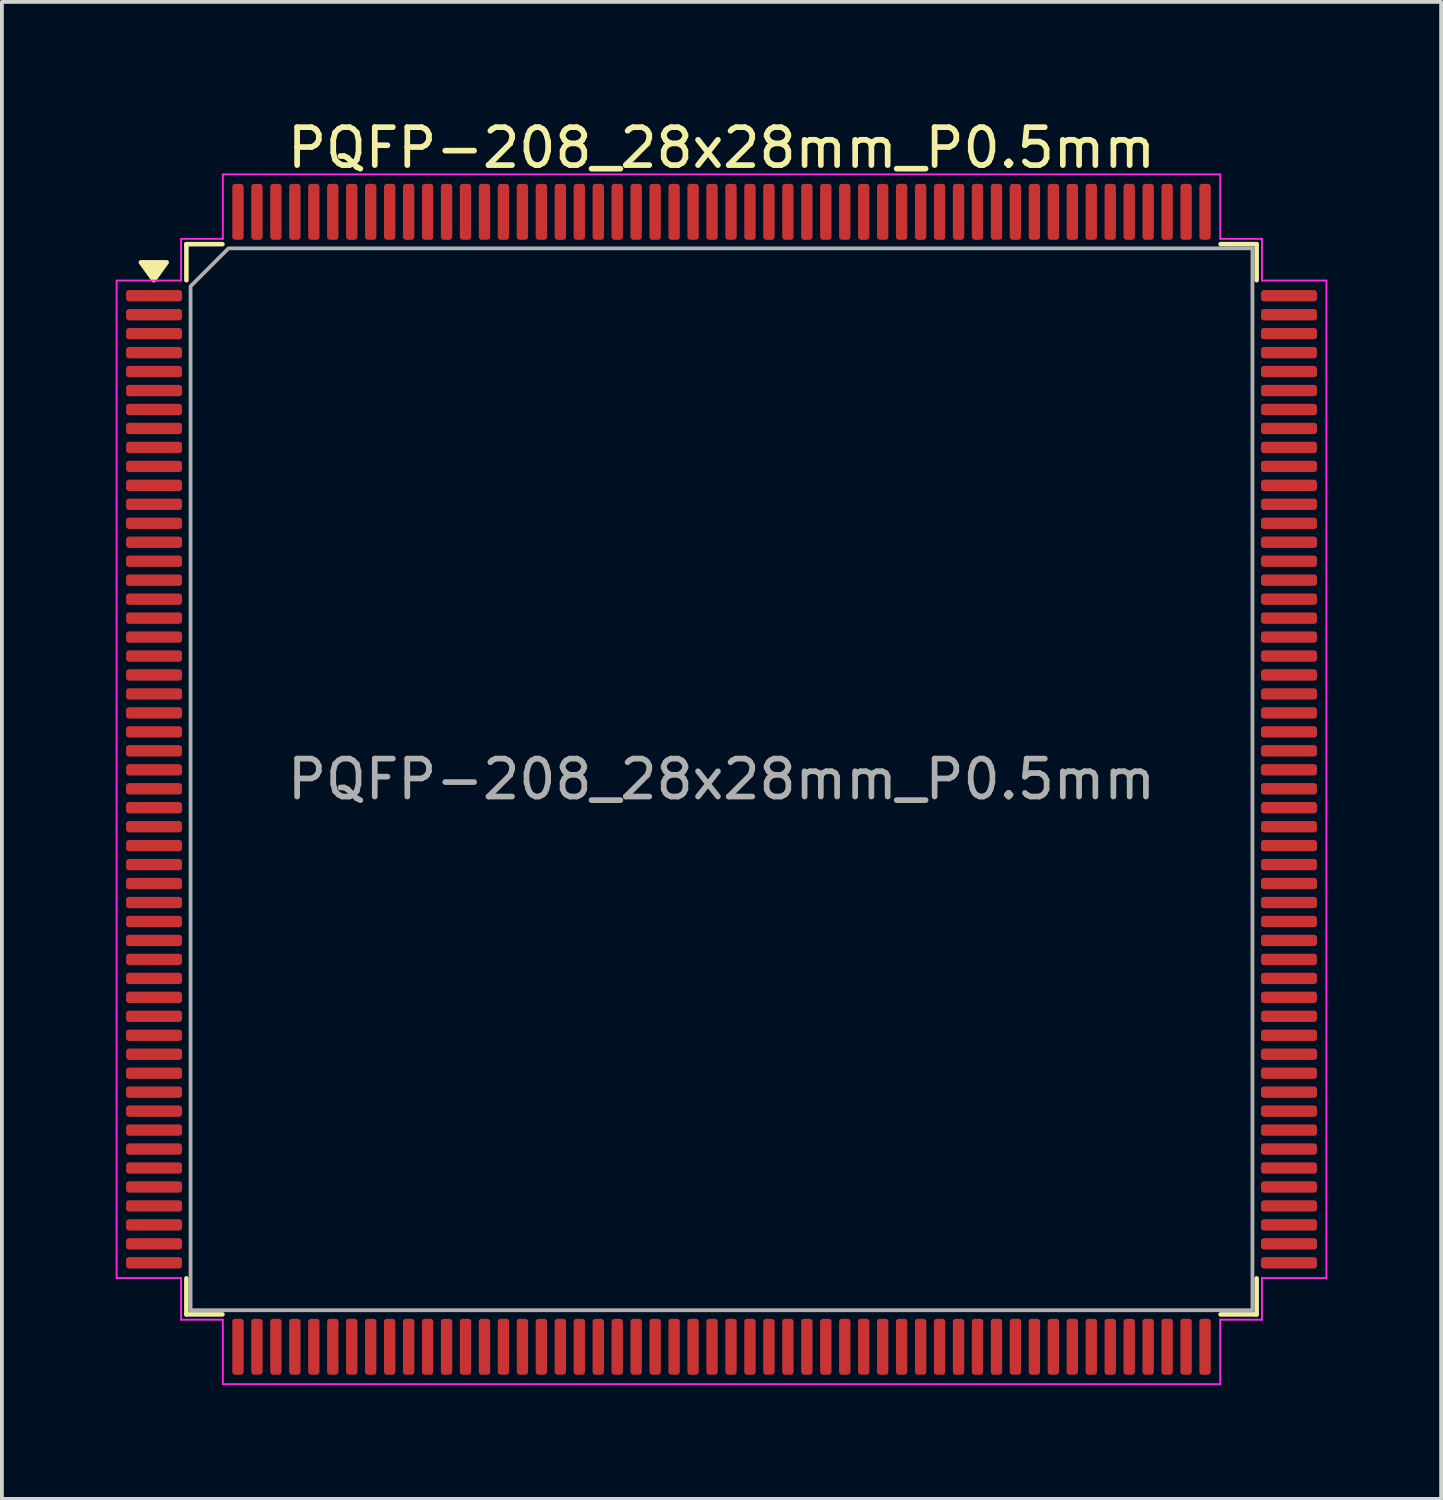
<source format=kicad_pcb>
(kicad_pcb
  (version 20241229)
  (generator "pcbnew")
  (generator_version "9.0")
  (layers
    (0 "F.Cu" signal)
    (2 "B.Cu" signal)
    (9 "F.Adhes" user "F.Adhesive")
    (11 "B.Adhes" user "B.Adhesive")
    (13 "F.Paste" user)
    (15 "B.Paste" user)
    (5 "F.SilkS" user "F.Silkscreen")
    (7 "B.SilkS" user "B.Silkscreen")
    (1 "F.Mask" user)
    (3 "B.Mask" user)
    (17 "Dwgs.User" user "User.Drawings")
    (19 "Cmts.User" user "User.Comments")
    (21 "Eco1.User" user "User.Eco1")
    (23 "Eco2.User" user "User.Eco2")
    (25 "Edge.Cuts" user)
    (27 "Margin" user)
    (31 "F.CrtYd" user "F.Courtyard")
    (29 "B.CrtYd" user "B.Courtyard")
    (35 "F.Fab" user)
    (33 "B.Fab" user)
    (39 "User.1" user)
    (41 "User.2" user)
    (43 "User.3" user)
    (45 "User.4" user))
  (footprint "PQFP-208_28x28mm_P0.5mm"
    (layer "F.Cu")
    (at 15.975 17.498)
    (property "Reference" "PQFP-208_28x28mm_P0.5mm" (at 0 -16.65 0) (layer "F.SilkS") (effects (font (size 1 1) (thickness 0.15))))
    (attr smd)
    (fp_line (start -14.11 -14.11) (end -13.16 -14.11) (stroke (width 0.12) (type solid)) (layer "F.SilkS"))
    (fp_line (start -14.11 -13.16) (end -14.11 -14.11) (stroke (width 0.12) (type solid)) (layer "F.SilkS"))
    (fp_line (start -14.11 14.11) (end -14.11 13.16) (stroke (width 0.12) (type solid)) (layer "F.SilkS"))
    (fp_line (start -13.16 14.11) (end -14.11 14.11) (stroke (width 0.12) (type solid)) (layer "F.SilkS"))
    (fp_line (start 13.16 -14.11) (end 14.11 -14.11) (stroke (width 0.12) (type solid)) (layer "F.SilkS"))
    (fp_line (start 14.11 -14.11) (end 14.11 -13.16) (stroke (width 0.12) (type solid)) (layer "F.SilkS"))
    (fp_line (start 14.11 13.16) (end 14.11 14.11) (stroke (width 0.12) (type solid)) (layer "F.SilkS"))
    (fp_line (start 14.11 14.11) (end 13.16 14.11) (stroke (width 0.12) (type solid)) (layer "F.SilkS"))
    (fp_poly (pts (xy -14.97 -13.16) (xy -15.31 -13.63) (xy -14.63 -13.63)) (stroke (width 0.12) (type solid)) (fill yes) (layer "F.SilkS"))
    (fp_line (start -15.95 -13.15) (end -14.25 -13.15) (stroke (width 0.05) (type solid)) (layer "F.CrtYd"))
    (fp_line (start -15.95 13.15) (end -15.95 -13.15) (stroke (width 0.05) (type solid)) (layer "F.CrtYd"))
    (fp_line (start -14.25 -14.25) (end -13.15 -14.25) (stroke (width 0.05) (type solid)) (layer "F.CrtYd"))
    (fp_line (start -14.25 -13.15) (end -14.25 -14.25) (stroke (width 0.05) (type solid)) (layer "F.CrtYd"))
    (fp_line (start -14.25 13.15) (end -15.95 13.15) (stroke (width 0.05) (type solid)) (layer "F.CrtYd"))
    (fp_line (start -14.25 14.25) (end -14.25 13.15) (stroke (width 0.05) (type solid)) (layer "F.CrtYd"))
    (fp_line (start -13.15 -15.95) (end 13.15 -15.95) (stroke (width 0.05) (type solid)) (layer "F.CrtYd"))
    (fp_line (start -13.15 -14.25) (end -13.15 -15.95) (stroke (width 0.05) (type solid)) (layer "F.CrtYd"))
    (fp_line (start -13.15 14.25) (end -14.25 14.25) (stroke (width 0.05) (type solid)) (layer "F.CrtYd"))
    (fp_line (start -13.15 15.95) (end -13.15 14.25) (stroke (width 0.05) (type solid)) (layer "F.CrtYd"))
    (fp_line (start 13.15 -15.95) (end 13.15 -14.25) (stroke (width 0.05) (type solid)) (layer "F.CrtYd"))
    (fp_line (start 13.15 -14.25) (end 14.25 -14.25) (stroke (width 0.05) (type solid)) (layer "F.CrtYd"))
    (fp_line (start 13.15 14.25) (end 13.15 15.95) (stroke (width 0.05) (type solid)) (layer "F.CrtYd"))
    (fp_line (start 13.15 15.95) (end -13.15 15.95) (stroke (width 0.05) (type solid)) (layer "F.CrtYd"))
    (fp_line (start 14.25 -14.25) (end 14.25 -13.15) (stroke (width 0.05) (type solid)) (layer "F.CrtYd"))
    (fp_line (start 14.25 -13.15) (end 15.95 -13.15) (stroke (width 0.05) (type solid)) (layer "F.CrtYd"))
    (fp_line (start 14.25 13.15) (end 14.25 14.25) (stroke (width 0.05) (type solid)) (layer "F.CrtYd"))
    (fp_line (start 14.25 14.25) (end 13.15 14.25) (stroke (width 0.05) (type solid)) (layer "F.CrtYd"))
    (fp_line (start 15.95 -13.15) (end 15.95 13.15) (stroke (width 0.05) (type solid)) (layer "F.CrtYd"))
    (fp_line (start 15.95 13.15) (end 14.25 13.15) (stroke (width 0.05) (type solid)) (layer "F.CrtYd"))
    (fp_poly (pts (xy -14 -13) (xy -14 14) (xy 14 14) (xy 14 -14) (xy -13 -14)) (stroke (width 0.1) (type solid)) (fill no) (layer "F.Fab"))
    (fp_text user "${REFERENCE}" (at 0 0 0) (layer "F.Fab") (effects (font (size 1 1) (thickness 0.15))))
    (pad "1" smd roundrect (at -14.963 -12.75) (size 1.475 0.3) (layers "F.Cu" "F.Mask" "F.Paste") (roundrect_rratio 0.25))
    (pad "2" smd roundrect (at -14.963 -12.25) (size 1.475 0.3) (layers "F.Cu" "F.Mask" "F.Paste") (roundrect_rratio 0.25))
    (pad "3" smd roundrect (at -14.963 -11.75) (size 1.475 0.3) (layers "F.Cu" "F.Mask" "F.Paste") (roundrect_rratio 0.25))
    (pad "4" smd roundrect (at -14.963 -11.25) (size 1.475 0.3) (layers "F.Cu" "F.Mask" "F.Paste") (roundrect_rratio 0.25))
    (pad "5" smd roundrect (at -14.963 -10.75) (size 1.475 0.3) (layers "F.Cu" "F.Mask" "F.Paste") (roundrect_rratio 0.25))
    (pad "6" smd roundrect (at -14.963 -10.25) (size 1.475 0.3) (layers "F.Cu" "F.Mask" "F.Paste") (roundrect_rratio 0.25))
    (pad "7" smd roundrect (at -14.963 -9.75) (size 1.475 0.3) (layers "F.Cu" "F.Mask" "F.Paste") (roundrect_rratio 0.25))
    (pad "8" smd roundrect (at -14.963 -9.25) (size 1.475 0.3) (layers "F.Cu" "F.Mask" "F.Paste") (roundrect_rratio 0.25))
    (pad "9" smd roundrect (at -14.963 -8.75) (size 1.475 0.3) (layers "F.Cu" "F.Mask" "F.Paste") (roundrect_rratio 0.25))
    (pad "10" smd roundrect (at -14.963 -8.25) (size 1.475 0.3) (layers "F.Cu" "F.Mask" "F.Paste") (roundrect_rratio 0.25))
    (pad "11" smd roundrect (at -14.963 -7.75) (size 1.475 0.3) (layers "F.Cu" "F.Mask" "F.Paste") (roundrect_rratio 0.25))
    (pad "12" smd roundrect (at -14.963 -7.25) (size 1.475 0.3) (layers "F.Cu" "F.Mask" "F.Paste") (roundrect_rratio 0.25))
    (pad "13" smd roundrect (at -14.963 -6.75) (size 1.475 0.3) (layers "F.Cu" "F.Mask" "F.Paste") (roundrect_rratio 0.25))
    (pad "14" smd roundrect (at -14.963 -6.25) (size 1.475 0.3) (layers "F.Cu" "F.Mask" "F.Paste") (roundrect_rratio 0.25))
    (pad "15" smd roundrect (at -14.963 -5.75) (size 1.475 0.3) (layers "F.Cu" "F.Mask" "F.Paste") (roundrect_rratio 0.25))
    (pad "16" smd roundrect (at -14.963 -5.25) (size 1.475 0.3) (layers "F.Cu" "F.Mask" "F.Paste") (roundrect_rratio 0.25))
    (pad "17" smd roundrect (at -14.963 -4.75) (size 1.475 0.3) (layers "F.Cu" "F.Mask" "F.Paste") (roundrect_rratio 0.25))
    (pad "18" smd roundrect (at -14.963 -4.25) (size 1.475 0.3) (layers "F.Cu" "F.Mask" "F.Paste") (roundrect_rratio 0.25))
    (pad "19" smd roundrect (at -14.963 -3.75) (size 1.475 0.3) (layers "F.Cu" "F.Mask" "F.Paste") (roundrect_rratio 0.25))
    (pad "20" smd roundrect (at -14.963 -3.25) (size 1.475 0.3) (layers "F.Cu" "F.Mask" "F.Paste") (roundrect_rratio 0.25))
    (pad "21" smd roundrect (at -14.963 -2.75) (size 1.475 0.3) (layers "F.Cu" "F.Mask" "F.Paste") (roundrect_rratio 0.25))
    (pad "22" smd roundrect (at -14.963 -2.25) (size 1.475 0.3) (layers "F.Cu" "F.Mask" "F.Paste") (roundrect_rratio 0.25))
    (pad "23" smd roundrect (at -14.963 -1.75) (size 1.475 0.3) (layers "F.Cu" "F.Mask" "F.Paste") (roundrect_rratio 0.25))
    (pad "24" smd roundrect (at -14.963 -1.25) (size 1.475 0.3) (layers "F.Cu" "F.Mask" "F.Paste") (roundrect_rratio 0.25))
    (pad "25" smd roundrect (at -14.963 -0.75) (size 1.475 0.3) (layers "F.Cu" "F.Mask" "F.Paste") (roundrect_rratio 0.25))
    (pad "26" smd roundrect (at -14.963 -0.25) (size 1.475 0.3) (layers "F.Cu" "F.Mask" "F.Paste") (roundrect_rratio 0.25))
    (pad "27" smd roundrect (at -14.963 0.25) (size 1.475 0.3) (layers "F.Cu" "F.Mask" "F.Paste") (roundrect_rratio 0.25))
    (pad "28" smd roundrect (at -14.963 0.75) (size 1.475 0.3) (layers "F.Cu" "F.Mask" "F.Paste") (roundrect_rratio 0.25))
    (pad "29" smd roundrect (at -14.963 1.25) (size 1.475 0.3) (layers "F.Cu" "F.Mask" "F.Paste") (roundrect_rratio 0.25))
    (pad "30" smd roundrect (at -14.963 1.75) (size 1.475 0.3) (layers "F.Cu" "F.Mask" "F.Paste") (roundrect_rratio 0.25))
    (pad "31" smd roundrect (at -14.963 2.25) (size 1.475 0.3) (layers "F.Cu" "F.Mask" "F.Paste") (roundrect_rratio 0.25))
    (pad "32" smd roundrect (at -14.963 2.75) (size 1.475 0.3) (layers "F.Cu" "F.Mask" "F.Paste") (roundrect_rratio 0.25))
    (pad "33" smd roundrect (at -14.963 3.25) (size 1.475 0.3) (layers "F.Cu" "F.Mask" "F.Paste") (roundrect_rratio 0.25))
    (pad "34" smd roundrect (at -14.963 3.75) (size 1.475 0.3) (layers "F.Cu" "F.Mask" "F.Paste") (roundrect_rratio 0.25))
    (pad "35" smd roundrect (at -14.963 4.25) (size 1.475 0.3) (layers "F.Cu" "F.Mask" "F.Paste") (roundrect_rratio 0.25))
    (pad "36" smd roundrect (at -14.963 4.75) (size 1.475 0.3) (layers "F.Cu" "F.Mask" "F.Paste") (roundrect_rratio 0.25))
    (pad "37" smd roundrect (at -14.963 5.25) (size 1.475 0.3) (layers "F.Cu" "F.Mask" "F.Paste") (roundrect_rratio 0.25))
    (pad "38" smd roundrect (at -14.963 5.75) (size 1.475 0.3) (layers "F.Cu" "F.Mask" "F.Paste") (roundrect_rratio 0.25))
    (pad "39" smd roundrect (at -14.963 6.25) (size 1.475 0.3) (layers "F.Cu" "F.Mask" "F.Paste") (roundrect_rratio 0.25))
    (pad "40" smd roundrect (at -14.963 6.75) (size 1.475 0.3) (layers "F.Cu" "F.Mask" "F.Paste") (roundrect_rratio 0.25))
    (pad "41" smd roundrect (at -14.963 7.25) (size 1.475 0.3) (layers "F.Cu" "F.Mask" "F.Paste") (roundrect_rratio 0.25))
    (pad "42" smd roundrect (at -14.963 7.75) (size 1.475 0.3) (layers "F.Cu" "F.Mask" "F.Paste") (roundrect_rratio 0.25))
    (pad "43" smd roundrect (at -14.963 8.25) (size 1.475 0.3) (layers "F.Cu" "F.Mask" "F.Paste") (roundrect_rratio 0.25))
    (pad "44" smd roundrect (at -14.963 8.75) (size 1.475 0.3) (layers "F.Cu" "F.Mask" "F.Paste") (roundrect_rratio 0.25))
    (pad "45" smd roundrect (at -14.963 9.25) (size 1.475 0.3) (layers "F.Cu" "F.Mask" "F.Paste") (roundrect_rratio 0.25))
    (pad "46" smd roundrect (at -14.963 9.75) (size 1.475 0.3) (layers "F.Cu" "F.Mask" "F.Paste") (roundrect_rratio 0.25))
    (pad "47" smd roundrect (at -14.963 10.25) (size 1.475 0.3) (layers "F.Cu" "F.Mask" "F.Paste") (roundrect_rratio 0.25))
    (pad "48" smd roundrect (at -14.963 10.75) (size 1.475 0.3) (layers "F.Cu" "F.Mask" "F.Paste") (roundrect_rratio 0.25))
    (pad "49" smd roundrect (at -14.963 11.25) (size 1.475 0.3) (layers "F.Cu" "F.Mask" "F.Paste") (roundrect_rratio 0.25))
    (pad "50" smd roundrect (at -14.963 11.75) (size 1.475 0.3) (layers "F.Cu" "F.Mask" "F.Paste") (roundrect_rratio 0.25))
    (pad "51" smd roundrect (at -14.963 12.25) (size 1.475 0.3) (layers "F.Cu" "F.Mask" "F.Paste") (roundrect_rratio 0.25))
    (pad "52" smd roundrect (at -14.963 12.75) (size 1.475 0.3) (layers "F.Cu" "F.Mask" "F.Paste") (roundrect_rratio 0.25))
    (pad "53" smd roundrect (at -12.75 14.963) (size 0.3 1.475) (layers "F.Cu" "F.Mask" "F.Paste") (roundrect_rratio 0.25))
    (pad "54" smd roundrect (at -12.25 14.963) (size 0.3 1.475) (layers "F.Cu" "F.Mask" "F.Paste") (roundrect_rratio 0.25))
    (pad "55" smd roundrect (at -11.75 14.963) (size 0.3 1.475) (layers "F.Cu" "F.Mask" "F.Paste") (roundrect_rratio 0.25))
    (pad "56" smd roundrect (at -11.25 14.963) (size 0.3 1.475) (layers "F.Cu" "F.Mask" "F.Paste") (roundrect_rratio 0.25))
    (pad "57" smd roundrect (at -10.75 14.963) (size 0.3 1.475) (layers "F.Cu" "F.Mask" "F.Paste") (roundrect_rratio 0.25))
    (pad "58" smd roundrect (at -10.25 14.963) (size 0.3 1.475) (layers "F.Cu" "F.Mask" "F.Paste") (roundrect_rratio 0.25))
    (pad "59" smd roundrect (at -9.75 14.963) (size 0.3 1.475) (layers "F.Cu" "F.Mask" "F.Paste") (roundrect_rratio 0.25))
    (pad "60" smd roundrect (at -9.25 14.963) (size 0.3 1.475) (layers "F.Cu" "F.Mask" "F.Paste") (roundrect_rratio 0.25))
    (pad "61" smd roundrect (at -8.75 14.963) (size 0.3 1.475) (layers "F.Cu" "F.Mask" "F.Paste") (roundrect_rratio 0.25))
    (pad "62" smd roundrect (at -8.25 14.963) (size 0.3 1.475) (layers "F.Cu" "F.Mask" "F.Paste") (roundrect_rratio 0.25))
    (pad "63" smd roundrect (at -7.75 14.963) (size 0.3 1.475) (layers "F.Cu" "F.Mask" "F.Paste") (roundrect_rratio 0.25))
    (pad "64" smd roundrect (at -7.25 14.963) (size 0.3 1.475) (layers "F.Cu" "F.Mask" "F.Paste") (roundrect_rratio 0.25))
    (pad "65" smd roundrect (at -6.75 14.963) (size 0.3 1.475) (layers "F.Cu" "F.Mask" "F.Paste") (roundrect_rratio 0.25))
    (pad "66" smd roundrect (at -6.25 14.963) (size 0.3 1.475) (layers "F.Cu" "F.Mask" "F.Paste") (roundrect_rratio 0.25))
    (pad "67" smd roundrect (at -5.75 14.963) (size 0.3 1.475) (layers "F.Cu" "F.Mask" "F.Paste") (roundrect_rratio 0.25))
    (pad "68" smd roundrect (at -5.25 14.963) (size 0.3 1.475) (layers "F.Cu" "F.Mask" "F.Paste") (roundrect_rratio 0.25))
    (pad "69" smd roundrect (at -4.75 14.963) (size 0.3 1.475) (layers "F.Cu" "F.Mask" "F.Paste") (roundrect_rratio 0.25))
    (pad "70" smd roundrect (at -4.25 14.963) (size 0.3 1.475) (layers "F.Cu" "F.Mask" "F.Paste") (roundrect_rratio 0.25))
    (pad "71" smd roundrect (at -3.75 14.963) (size 0.3 1.475) (layers "F.Cu" "F.Mask" "F.Paste") (roundrect_rratio 0.25))
    (pad "72" smd roundrect (at -3.25 14.963) (size 0.3 1.475) (layers "F.Cu" "F.Mask" "F.Paste") (roundrect_rratio 0.25))
    (pad "73" smd roundrect (at -2.75 14.963) (size 0.3 1.475) (layers "F.Cu" "F.Mask" "F.Paste") (roundrect_rratio 0.25))
    (pad "74" smd roundrect (at -2.25 14.963) (size 0.3 1.475) (layers "F.Cu" "F.Mask" "F.Paste") (roundrect_rratio 0.25))
    (pad "75" smd roundrect (at -1.75 14.963) (size 0.3 1.475) (layers "F.Cu" "F.Mask" "F.Paste") (roundrect_rratio 0.25))
    (pad "76" smd roundrect (at -1.25 14.963) (size 0.3 1.475) (layers "F.Cu" "F.Mask" "F.Paste") (roundrect_rratio 0.25))
    (pad "77" smd roundrect (at -0.75 14.963) (size 0.3 1.475) (layers "F.Cu" "F.Mask" "F.Paste") (roundrect_rratio 0.25))
    (pad "78" smd roundrect (at -0.25 14.963) (size 0.3 1.475) (layers "F.Cu" "F.Mask" "F.Paste") (roundrect_rratio 0.25))
    (pad "79" smd roundrect (at 0.25 14.963) (size 0.3 1.475) (layers "F.Cu" "F.Mask" "F.Paste") (roundrect_rratio 0.25))
    (pad "80" smd roundrect (at 0.75 14.963) (size 0.3 1.475) (layers "F.Cu" "F.Mask" "F.Paste") (roundrect_rratio 0.25))
    (pad "81" smd roundrect (at 1.25 14.963) (size 0.3 1.475) (layers "F.Cu" "F.Mask" "F.Paste") (roundrect_rratio 0.25))
    (pad "82" smd roundrect (at 1.75 14.963) (size 0.3 1.475) (layers "F.Cu" "F.Mask" "F.Paste") (roundrect_rratio 0.25))
    (pad "83" smd roundrect (at 2.25 14.963) (size 0.3 1.475) (layers "F.Cu" "F.Mask" "F.Paste") (roundrect_rratio 0.25))
    (pad "84" smd roundrect (at 2.75 14.963) (size 0.3 1.475) (layers "F.Cu" "F.Mask" "F.Paste") (roundrect_rratio 0.25))
    (pad "85" smd roundrect (at 3.25 14.963) (size 0.3 1.475) (layers "F.Cu" "F.Mask" "F.Paste") (roundrect_rratio 0.25))
    (pad "86" smd roundrect (at 3.75 14.963) (size 0.3 1.475) (layers "F.Cu" "F.Mask" "F.Paste") (roundrect_rratio 0.25))
    (pad "87" smd roundrect (at 4.25 14.963) (size 0.3 1.475) (layers "F.Cu" "F.Mask" "F.Paste") (roundrect_rratio 0.25))
    (pad "88" smd roundrect (at 4.75 14.963) (size 0.3 1.475) (layers "F.Cu" "F.Mask" "F.Paste") (roundrect_rratio 0.25))
    (pad "89" smd roundrect (at 5.25 14.963) (size 0.3 1.475) (layers "F.Cu" "F.Mask" "F.Paste") (roundrect_rratio 0.25))
    (pad "90" smd roundrect (at 5.75 14.963) (size 0.3 1.475) (layers "F.Cu" "F.Mask" "F.Paste") (roundrect_rratio 0.25))
    (pad "91" smd roundrect (at 6.25 14.963) (size 0.3 1.475) (layers "F.Cu" "F.Mask" "F.Paste") (roundrect_rratio 0.25))
    (pad "92" smd roundrect (at 6.75 14.963) (size 0.3 1.475) (layers "F.Cu" "F.Mask" "F.Paste") (roundrect_rratio 0.25))
    (pad "93" smd roundrect (at 7.25 14.963) (size 0.3 1.475) (layers "F.Cu" "F.Mask" "F.Paste") (roundrect_rratio 0.25))
    (pad "94" smd roundrect (at 7.75 14.963) (size 0.3 1.475) (layers "F.Cu" "F.Mask" "F.Paste") (roundrect_rratio 0.25))
    (pad "95" smd roundrect (at 8.25 14.963) (size 0.3 1.475) (layers "F.Cu" "F.Mask" "F.Paste") (roundrect_rratio 0.25))
    (pad "96" smd roundrect (at 8.75 14.963) (size 0.3 1.475) (layers "F.Cu" "F.Mask" "F.Paste") (roundrect_rratio 0.25))
    (pad "97" smd roundrect (at 9.25 14.963) (size 0.3 1.475) (layers "F.Cu" "F.Mask" "F.Paste") (roundrect_rratio 0.25))
    (pad "98" smd roundrect (at 9.75 14.963) (size 0.3 1.475) (layers "F.Cu" "F.Mask" "F.Paste") (roundrect_rratio 0.25))
    (pad "99" smd roundrect (at 10.25 14.963) (size 0.3 1.475) (layers "F.Cu" "F.Mask" "F.Paste") (roundrect_rratio 0.25))
    (pad "100" smd roundrect (at 10.75 14.963) (size 0.3 1.475) (layers "F.Cu" "F.Mask" "F.Paste") (roundrect_rratio 0.25))
    (pad "101" smd roundrect (at 11.25 14.963) (size 0.3 1.475) (layers "F.Cu" "F.Mask" "F.Paste") (roundrect_rratio 0.25))
    (pad "102" smd roundrect (at 11.75 14.963) (size 0.3 1.475) (layers "F.Cu" "F.Mask" "F.Paste") (roundrect_rratio 0.25))
    (pad "103" smd roundrect (at 12.25 14.963) (size 0.3 1.475) (layers "F.Cu" "F.Mask" "F.Paste") (roundrect_rratio 0.25))
    (pad "104" smd roundrect (at 12.75 14.963) (size 0.3 1.475) (layers "F.Cu" "F.Mask" "F.Paste") (roundrect_rratio 0.25))
    (pad "105" smd roundrect (at 14.963 12.75) (size 1.475 0.3) (layers "F.Cu" "F.Mask" "F.Paste") (roundrect_rratio 0.25))
    (pad "106" smd roundrect (at 14.963 12.25) (size 1.475 0.3) (layers "F.Cu" "F.Mask" "F.Paste") (roundrect_rratio 0.25))
    (pad "107" smd roundrect (at 14.963 11.75) (size 1.475 0.3) (layers "F.Cu" "F.Mask" "F.Paste") (roundrect_rratio 0.25))
    (pad "108" smd roundrect (at 14.963 11.25) (size 1.475 0.3) (layers "F.Cu" "F.Mask" "F.Paste") (roundrect_rratio 0.25))
    (pad "109" smd roundrect (at 14.963 10.75) (size 1.475 0.3) (layers "F.Cu" "F.Mask" "F.Paste") (roundrect_rratio 0.25))
    (pad "110" smd roundrect (at 14.963 10.25) (size 1.475 0.3) (layers "F.Cu" "F.Mask" "F.Paste") (roundrect_rratio 0.25))
    (pad "111" smd roundrect (at 14.963 9.75) (size 1.475 0.3) (layers "F.Cu" "F.Mask" "F.Paste") (roundrect_rratio 0.25))
    (pad "112" smd roundrect (at 14.963 9.25) (size 1.475 0.3) (layers "F.Cu" "F.Mask" "F.Paste") (roundrect_rratio 0.25))
    (pad "113" smd roundrect (at 14.963 8.75) (size 1.475 0.3) (layers "F.Cu" "F.Mask" "F.Paste") (roundrect_rratio 0.25))
    (pad "114" smd roundrect (at 14.963 8.25) (size 1.475 0.3) (layers "F.Cu" "F.Mask" "F.Paste") (roundrect_rratio 0.25))
    (pad "115" smd roundrect (at 14.963 7.75) (size 1.475 0.3) (layers "F.Cu" "F.Mask" "F.Paste") (roundrect_rratio 0.25))
    (pad "116" smd roundrect (at 14.963 7.25) (size 1.475 0.3) (layers "F.Cu" "F.Mask" "F.Paste") (roundrect_rratio 0.25))
    (pad "117" smd roundrect (at 14.963 6.75) (size 1.475 0.3) (layers "F.Cu" "F.Mask" "F.Paste") (roundrect_rratio 0.25))
    (pad "118" smd roundrect (at 14.963 6.25) (size 1.475 0.3) (layers "F.Cu" "F.Mask" "F.Paste") (roundrect_rratio 0.25))
    (pad "119" smd roundrect (at 14.963 5.75) (size 1.475 0.3) (layers "F.Cu" "F.Mask" "F.Paste") (roundrect_rratio 0.25))
    (pad "120" smd roundrect (at 14.963 5.25) (size 1.475 0.3) (layers "F.Cu" "F.Mask" "F.Paste") (roundrect_rratio 0.25))
    (pad "121" smd roundrect (at 14.963 4.75) (size 1.475 0.3) (layers "F.Cu" "F.Mask" "F.Paste") (roundrect_rratio 0.25))
    (pad "122" smd roundrect (at 14.963 4.25) (size 1.475 0.3) (layers "F.Cu" "F.Mask" "F.Paste") (roundrect_rratio 0.25))
    (pad "123" smd roundrect (at 14.963 3.75) (size 1.475 0.3) (layers "F.Cu" "F.Mask" "F.Paste") (roundrect_rratio 0.25))
    (pad "124" smd roundrect (at 14.963 3.25) (size 1.475 0.3) (layers "F.Cu" "F.Mask" "F.Paste") (roundrect_rratio 0.25))
    (pad "125" smd roundrect (at 14.963 2.75) (size 1.475 0.3) (layers "F.Cu" "F.Mask" "F.Paste") (roundrect_rratio 0.25))
    (pad "126" smd roundrect (at 14.963 2.25) (size 1.475 0.3) (layers "F.Cu" "F.Mask" "F.Paste") (roundrect_rratio 0.25))
    (pad "127" smd roundrect (at 14.963 1.75) (size 1.475 0.3) (layers "F.Cu" "F.Mask" "F.Paste") (roundrect_rratio 0.25))
    (pad "128" smd roundrect (at 14.963 1.25) (size 1.475 0.3) (layers "F.Cu" "F.Mask" "F.Paste") (roundrect_rratio 0.25))
    (pad "129" smd roundrect (at 14.963 0.75) (size 1.475 0.3) (layers "F.Cu" "F.Mask" "F.Paste") (roundrect_rratio 0.25))
    (pad "130" smd roundrect (at 14.963 0.25) (size 1.475 0.3) (layers "F.Cu" "F.Mask" "F.Paste") (roundrect_rratio 0.25))
    (pad "131" smd roundrect (at 14.963 -0.25) (size 1.475 0.3) (layers "F.Cu" "F.Mask" "F.Paste") (roundrect_rratio 0.25))
    (pad "132" smd roundrect (at 14.963 -0.75) (size 1.475 0.3) (layers "F.Cu" "F.Mask" "F.Paste") (roundrect_rratio 0.25))
    (pad "133" smd roundrect (at 14.963 -1.25) (size 1.475 0.3) (layers "F.Cu" "F.Mask" "F.Paste") (roundrect_rratio 0.25))
    (pad "134" smd roundrect (at 14.963 -1.75) (size 1.475 0.3) (layers "F.Cu" "F.Mask" "F.Paste") (roundrect_rratio 0.25))
    (pad "135" smd roundrect (at 14.963 -2.25) (size 1.475 0.3) (layers "F.Cu" "F.Mask" "F.Paste") (roundrect_rratio 0.25))
    (pad "136" smd roundrect (at 14.963 -2.75) (size 1.475 0.3) (layers "F.Cu" "F.Mask" "F.Paste") (roundrect_rratio 0.25))
    (pad "137" smd roundrect (at 14.963 -3.25) (size 1.475 0.3) (layers "F.Cu" "F.Mask" "F.Paste") (roundrect_rratio 0.25))
    (pad "138" smd roundrect (at 14.963 -3.75) (size 1.475 0.3) (layers "F.Cu" "F.Mask" "F.Paste") (roundrect_rratio 0.25))
    (pad "139" smd roundrect (at 14.963 -4.25) (size 1.475 0.3) (layers "F.Cu" "F.Mask" "F.Paste") (roundrect_rratio 0.25))
    (pad "140" smd roundrect (at 14.963 -4.75) (size 1.475 0.3) (layers "F.Cu" "F.Mask" "F.Paste") (roundrect_rratio 0.25))
    (pad "141" smd roundrect (at 14.963 -5.25) (size 1.475 0.3) (layers "F.Cu" "F.Mask" "F.Paste") (roundrect_rratio 0.25))
    (pad "142" smd roundrect (at 14.963 -5.75) (size 1.475 0.3) (layers "F.Cu" "F.Mask" "F.Paste") (roundrect_rratio 0.25))
    (pad "143" smd roundrect (at 14.963 -6.25) (size 1.475 0.3) (layers "F.Cu" "F.Mask" "F.Paste") (roundrect_rratio 0.25))
    (pad "144" smd roundrect (at 14.963 -6.75) (size 1.475 0.3) (layers "F.Cu" "F.Mask" "F.Paste") (roundrect_rratio 0.25))
    (pad "145" smd roundrect (at 14.963 -7.25) (size 1.475 0.3) (layers "F.Cu" "F.Mask" "F.Paste") (roundrect_rratio 0.25))
    (pad "146" smd roundrect (at 14.963 -7.75) (size 1.475 0.3) (layers "F.Cu" "F.Mask" "F.Paste") (roundrect_rratio 0.25))
    (pad "147" smd roundrect (at 14.963 -8.25) (size 1.475 0.3) (layers "F.Cu" "F.Mask" "F.Paste") (roundrect_rratio 0.25))
    (pad "148" smd roundrect (at 14.963 -8.75) (size 1.475 0.3) (layers "F.Cu" "F.Mask" "F.Paste") (roundrect_rratio 0.25))
    (pad "149" smd roundrect (at 14.963 -9.25) (size 1.475 0.3) (layers "F.Cu" "F.Mask" "F.Paste") (roundrect_rratio 0.25))
    (pad "150" smd roundrect (at 14.963 -9.75) (size 1.475 0.3) (layers "F.Cu" "F.Mask" "F.Paste") (roundrect_rratio 0.25))
    (pad "151" smd roundrect (at 14.963 -10.25) (size 1.475 0.3) (layers "F.Cu" "F.Mask" "F.Paste") (roundrect_rratio 0.25))
    (pad "152" smd roundrect (at 14.963 -10.75) (size 1.475 0.3) (layers "F.Cu" "F.Mask" "F.Paste") (roundrect_rratio 0.25))
    (pad "153" smd roundrect (at 14.963 -11.25) (size 1.475 0.3) (layers "F.Cu" "F.Mask" "F.Paste") (roundrect_rratio 0.25))
    (pad "154" smd roundrect (at 14.963 -11.75) (size 1.475 0.3) (layers "F.Cu" "F.Mask" "F.Paste") (roundrect_rratio 0.25))
    (pad "155" smd roundrect (at 14.963 -12.25) (size 1.475 0.3) (layers "F.Cu" "F.Mask" "F.Paste") (roundrect_rratio 0.25))
    (pad "156" smd roundrect (at 14.963 -12.75) (size 1.475 0.3) (layers "F.Cu" "F.Mask" "F.Paste") (roundrect_rratio 0.25))
    (pad "157" smd roundrect (at 12.75 -14.963) (size 0.3 1.475) (layers "F.Cu" "F.Mask" "F.Paste") (roundrect_rratio 0.25))
    (pad "158" smd roundrect (at 12.25 -14.963) (size 0.3 1.475) (layers "F.Cu" "F.Mask" "F.Paste") (roundrect_rratio 0.25))
    (pad "159" smd roundrect (at 11.75 -14.963) (size 0.3 1.475) (layers "F.Cu" "F.Mask" "F.Paste") (roundrect_rratio 0.25))
    (pad "160" smd roundrect (at 11.25 -14.963) (size 0.3 1.475) (layers "F.Cu" "F.Mask" "F.Paste") (roundrect_rratio 0.25))
    (pad "161" smd roundrect (at 10.75 -14.963) (size 0.3 1.475) (layers "F.Cu" "F.Mask" "F.Paste") (roundrect_rratio 0.25))
    (pad "162" smd roundrect (at 10.25 -14.963) (size 0.3 1.475) (layers "F.Cu" "F.Mask" "F.Paste") (roundrect_rratio 0.25))
    (pad "163" smd roundrect (at 9.75 -14.963) (size 0.3 1.475) (layers "F.Cu" "F.Mask" "F.Paste") (roundrect_rratio 0.25))
    (pad "164" smd roundrect (at 9.25 -14.963) (size 0.3 1.475) (layers "F.Cu" "F.Mask" "F.Paste") (roundrect_rratio 0.25))
    (pad "165" smd roundrect (at 8.75 -14.963) (size 0.3 1.475) (layers "F.Cu" "F.Mask" "F.Paste") (roundrect_rratio 0.25))
    (pad "166" smd roundrect (at 8.25 -14.963) (size 0.3 1.475) (layers "F.Cu" "F.Mask" "F.Paste") (roundrect_rratio 0.25))
    (pad "167" smd roundrect (at 7.75 -14.963) (size 0.3 1.475) (layers "F.Cu" "F.Mask" "F.Paste") (roundrect_rratio 0.25))
    (pad "168" smd roundrect (at 7.25 -14.963) (size 0.3 1.475) (layers "F.Cu" "F.Mask" "F.Paste") (roundrect_rratio 0.25))
    (pad "169" smd roundrect (at 6.75 -14.963) (size 0.3 1.475) (layers "F.Cu" "F.Mask" "F.Paste") (roundrect_rratio 0.25))
    (pad "170" smd roundrect (at 6.25 -14.963) (size 0.3 1.475) (layers "F.Cu" "F.Mask" "F.Paste") (roundrect_rratio 0.25))
    (pad "171" smd roundrect (at 5.75 -14.963) (size 0.3 1.475) (layers "F.Cu" "F.Mask" "F.Paste") (roundrect_rratio 0.25))
    (pad "172" smd roundrect (at 5.25 -14.963) (size 0.3 1.475) (layers "F.Cu" "F.Mask" "F.Paste") (roundrect_rratio 0.25))
    (pad "173" smd roundrect (at 4.75 -14.963) (size 0.3 1.475) (layers "F.Cu" "F.Mask" "F.Paste") (roundrect_rratio 0.25))
    (pad "174" smd roundrect (at 4.25 -14.963) (size 0.3 1.475) (layers "F.Cu" "F.Mask" "F.Paste") (roundrect_rratio 0.25))
    (pad "175" smd roundrect (at 3.75 -14.963) (size 0.3 1.475) (layers "F.Cu" "F.Mask" "F.Paste") (roundrect_rratio 0.25))
    (pad "176" smd roundrect (at 3.25 -14.963) (size 0.3 1.475) (layers "F.Cu" "F.Mask" "F.Paste") (roundrect_rratio 0.25))
    (pad "177" smd roundrect (at 2.75 -14.963) (size 0.3 1.475) (layers "F.Cu" "F.Mask" "F.Paste") (roundrect_rratio 0.25))
    (pad "178" smd roundrect (at 2.25 -14.963) (size 0.3 1.475) (layers "F.Cu" "F.Mask" "F.Paste") (roundrect_rratio 0.25))
    (pad "179" smd roundrect (at 1.75 -14.963) (size 0.3 1.475) (layers "F.Cu" "F.Mask" "F.Paste") (roundrect_rratio 0.25))
    (pad "180" smd roundrect (at 1.25 -14.963) (size 0.3 1.475) (layers "F.Cu" "F.Mask" "F.Paste") (roundrect_rratio 0.25))
    (pad "181" smd roundrect (at 0.75 -14.963) (size 0.3 1.475) (layers "F.Cu" "F.Mask" "F.Paste") (roundrect_rratio 0.25))
    (pad "182" smd roundrect (at 0.25 -14.963) (size 0.3 1.475) (layers "F.Cu" "F.Mask" "F.Paste") (roundrect_rratio 0.25))
    (pad "183" smd roundrect (at -0.25 -14.963) (size 0.3 1.475) (layers "F.Cu" "F.Mask" "F.Paste") (roundrect_rratio 0.25))
    (pad "184" smd roundrect (at -0.75 -14.963) (size 0.3 1.475) (layers "F.Cu" "F.Mask" "F.Paste") (roundrect_rratio 0.25))
    (pad "185" smd roundrect (at -1.25 -14.963) (size 0.3 1.475) (layers "F.Cu" "F.Mask" "F.Paste") (roundrect_rratio 0.25))
    (pad "186" smd roundrect (at -1.75 -14.963) (size 0.3 1.475) (layers "F.Cu" "F.Mask" "F.Paste") (roundrect_rratio 0.25))
    (pad "187" smd roundrect (at -2.25 -14.963) (size 0.3 1.475) (layers "F.Cu" "F.Mask" "F.Paste") (roundrect_rratio 0.25))
    (pad "188" smd roundrect (at -2.75 -14.963) (size 0.3 1.475) (layers "F.Cu" "F.Mask" "F.Paste") (roundrect_rratio 0.25))
    (pad "189" smd roundrect (at -3.25 -14.963) (size 0.3 1.475) (layers "F.Cu" "F.Mask" "F.Paste") (roundrect_rratio 0.25))
    (pad "190" smd roundrect (at -3.75 -14.963) (size 0.3 1.475) (layers "F.Cu" "F.Mask" "F.Paste") (roundrect_rratio 0.25))
    (pad "191" smd roundrect (at -4.25 -14.963) (size 0.3 1.475) (layers "F.Cu" "F.Mask" "F.Paste") (roundrect_rratio 0.25))
    (pad "192" smd roundrect (at -4.75 -14.963) (size 0.3 1.475) (layers "F.Cu" "F.Mask" "F.Paste") (roundrect_rratio 0.25))
    (pad "193" smd roundrect (at -5.25 -14.963) (size 0.3 1.475) (layers "F.Cu" "F.Mask" "F.Paste") (roundrect_rratio 0.25))
    (pad "194" smd roundrect (at -5.75 -14.963) (size 0.3 1.475) (layers "F.Cu" "F.Mask" "F.Paste") (roundrect_rratio 0.25))
    (pad "195" smd roundrect (at -6.25 -14.963) (size 0.3 1.475) (layers "F.Cu" "F.Mask" "F.Paste") (roundrect_rratio 0.25))
    (pad "196" smd roundrect (at -6.75 -14.963) (size 0.3 1.475) (layers "F.Cu" "F.Mask" "F.Paste") (roundrect_rratio 0.25))
    (pad "197" smd roundrect (at -7.25 -14.963) (size 0.3 1.475) (layers "F.Cu" "F.Mask" "F.Paste") (roundrect_rratio 0.25))
    (pad "198" smd roundrect (at -7.75 -14.963) (size 0.3 1.475) (layers "F.Cu" "F.Mask" "F.Paste") (roundrect_rratio 0.25))
    (pad "199" smd roundrect (at -8.25 -14.963) (size 0.3 1.475) (layers "F.Cu" "F.Mask" "F.Paste") (roundrect_rratio 0.25))
    (pad "200" smd roundrect (at -8.75 -14.963) (size 0.3 1.475) (layers "F.Cu" "F.Mask" "F.Paste") (roundrect_rratio 0.25))
    (pad "201" smd roundrect (at -9.25 -14.963) (size 0.3 1.475) (layers "F.Cu" "F.Mask" "F.Paste") (roundrect_rratio 0.25))
    (pad "202" smd roundrect (at -9.75 -14.963) (size 0.3 1.475) (layers "F.Cu" "F.Mask" "F.Paste") (roundrect_rratio 0.25))
    (pad "203" smd roundrect (at -10.25 -14.963) (size 0.3 1.475) (layers "F.Cu" "F.Mask" "F.Paste") (roundrect_rratio 0.25))
    (pad "204" smd roundrect (at -10.75 -14.963) (size 0.3 1.475) (layers "F.Cu" "F.Mask" "F.Paste") (roundrect_rratio 0.25))
    (pad "205" smd roundrect (at -11.25 -14.963) (size 0.3 1.475) (layers "F.Cu" "F.Mask" "F.Paste") (roundrect_rratio 0.25))
    (pad "206" smd roundrect (at -11.75 -14.963) (size 0.3 1.475) (layers "F.Cu" "F.Mask" "F.Paste") (roundrect_rratio 0.25))
    (pad "207" smd roundrect (at -12.25 -14.963) (size 0.3 1.475) (layers "F.Cu" "F.Mask" "F.Paste") (roundrect_rratio 0.25))
    (pad "208" smd roundrect (at -12.75 -14.963) (size 0.3 1.475) (layers "F.Cu" "F.Mask" "F.Paste") (roundrect_rratio 0.25)))
  (gr_rect
    (start -3 -3)
    (end 34.95 36.473)
    (stroke (width 0.1) (type default))
    (fill no)
    (layer "Edge.Cuts")))
</source>
